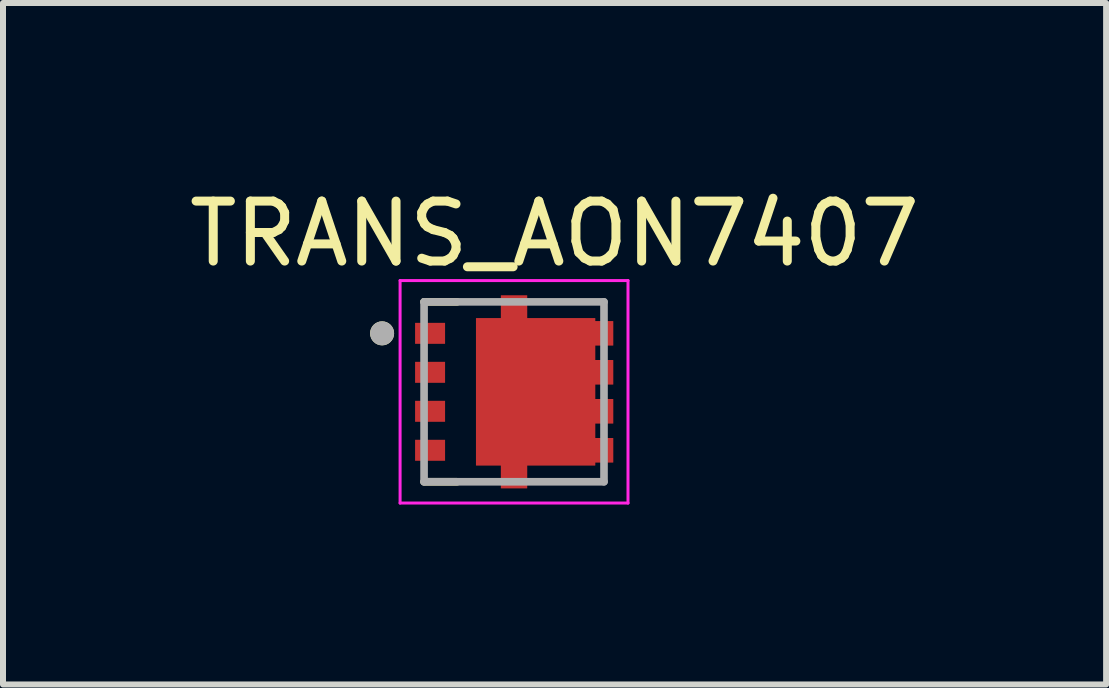
<source format=kicad_pcb>
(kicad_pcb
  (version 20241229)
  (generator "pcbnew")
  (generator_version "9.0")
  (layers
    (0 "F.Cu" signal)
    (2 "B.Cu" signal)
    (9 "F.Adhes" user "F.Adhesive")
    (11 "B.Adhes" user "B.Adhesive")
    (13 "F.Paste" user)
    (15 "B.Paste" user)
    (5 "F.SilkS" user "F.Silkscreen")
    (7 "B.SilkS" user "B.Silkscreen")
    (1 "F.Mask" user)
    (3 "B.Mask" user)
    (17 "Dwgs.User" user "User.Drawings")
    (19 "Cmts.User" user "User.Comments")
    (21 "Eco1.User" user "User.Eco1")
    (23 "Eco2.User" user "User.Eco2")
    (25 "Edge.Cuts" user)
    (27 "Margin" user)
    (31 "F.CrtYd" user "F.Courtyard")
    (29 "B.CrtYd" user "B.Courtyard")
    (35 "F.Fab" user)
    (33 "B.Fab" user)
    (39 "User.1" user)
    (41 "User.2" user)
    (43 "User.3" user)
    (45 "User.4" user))
  (footprint "TRANS_AON7407"
    (layer "F.Cu")
    (at 5.521 3.483)
    (property "Reference" "TRANS_AON7407" (at 0.675 -2.635 0) (layer "F.SilkS") (effects (font (size 1 1) (thickness 0.15))))
    (attr smd)
    (fp_poly (pts (xy -0.73 -1.325) (xy -0.315 -1.325) (xy -0.315 -1.705) (xy 0.315 -1.705) (xy 0.315 -1.325) (xy 1.45 -1.325) (xy 1.45 -1.275) (xy 1.75 -1.275) (xy 1.75 1.25) (xy 1.45 1.25) (xy 1.45 1.325) (xy 0.315 1.325) (xy 0.315 1.705) (xy -0.315 1.705) (xy -0.315 1.325) (xy -0.73 1.325)) (stroke (width 0.01) (type solid)) (fill yes) (layer "F.Mask"))
    (fp_line (start -0.95 -1.5) (end -1.5 -1.5) (stroke (width 0.127) (type solid)) (layer "F.SilkS"))
    (fp_line (start -0.95 1.5) (end -1.5 1.5) (stroke (width 0.127) (type solid)) (layer "F.SilkS"))
    (fp_circle (center -2.2 -0.975) (end -2.1 -0.975) (stroke (width 0.2) (type solid)) (fill no) (layer "F.SilkS"))
    (fp_poly (pts (xy -0.265 -0.775) (xy 0.985 -0.775) (xy 0.985 0.775) (xy -0.265 0.775)) (stroke (width 0.01) (type solid)) (fill yes) (layer "F.Paste"))
    (fp_poly (pts (xy -0.215 -1.605) (xy 0.215 -1.605) (xy 0.215 -1.225) (xy -0.215 -1.225)) (stroke (width 0.01) (type solid)) (fill yes) (layer "F.Paste"))
    (fp_poly (pts (xy -0.215 1.225) (xy 0.215 1.225) (xy 0.215 1.605) (xy -0.215 1.605)) (stroke (width 0.01) (type solid)) (fill yes) (layer "F.Paste"))
    (fp_poly (pts (xy 1.35 -1.175) (xy 1.65 -1.175) (xy 1.65 -0.775) (xy 1.35 -0.775)) (stroke (width 0.01) (type solid)) (fill yes) (layer "F.Paste"))
    (fp_poly (pts (xy 1.35 -0.525) (xy 1.65 -0.525) (xy 1.65 -0.125) (xy 1.35 -0.125)) (stroke (width 0.01) (type solid)) (fill yes) (layer "F.Paste"))
    (fp_poly (pts (xy 1.35 0.125) (xy 1.65 0.125) (xy 1.65 0.525) (xy 1.35 0.525)) (stroke (width 0.01) (type solid)) (fill yes) (layer "F.Paste"))
    (fp_poly (pts (xy 1.35 0.775) (xy 1.65 0.775) (xy 1.65 1.175) (xy 1.35 1.175)) (stroke (width 0.01) (type solid)) (fill yes) (layer "F.Paste"))
    (fp_line (start -1.9 -1.855) (end 1.9 -1.855) (stroke (width 0.05) (type solid)) (layer "F.CrtYd"))
    (fp_line (start -1.9 1.855) (end -1.9 -1.855) (stroke (width 0.05) (type solid)) (layer "F.CrtYd"))
    (fp_line (start 1.9 -1.855) (end 1.9 1.855) (stroke (width 0.05) (type solid)) (layer "F.CrtYd"))
    (fp_line (start 1.9 1.855) (end -1.9 1.855) (stroke (width 0.05) (type solid)) (layer "F.CrtYd"))
    (fp_line (start -1.5 -1.5) (end 1.5 -1.5) (stroke (width 0.127) (type solid)) (layer "F.Fab"))
    (fp_line (start -1.5 1.5) (end -1.5 -1.5) (stroke (width 0.127) (type solid)) (layer "F.Fab"))
    (fp_line (start 1.5 -1.5) (end 1.5 1.5) (stroke (width 0.127) (type solid)) (layer "F.Fab"))
    (fp_line (start 1.5 1.5) (end -1.5 1.5) (stroke (width 0.127) (type solid)) (layer "F.Fab"))
    (fp_circle (center -2.2 -0.975) (end -2.1 -0.975) (stroke (width 0.2) (type solid)) (fill no) (layer "F.Fab"))
    (pad "1" smd rect (at -1.4 -0.975) (size 0.5 0.35) (layers "F.Cu" "F.Mask" "F.Paste"))
    (pad "2" smd rect (at -1.4 -0.325) (size 0.5 0.35) (layers "F.Cu" "F.Mask" "F.Paste"))
    (pad "3" smd rect (at -1.4 0.325) (size 0.5 0.35) (layers "F.Cu" "F.Mask" "F.Paste"))
    (pad "4" smd rect (at -1.4 0.975) (size 0.5 0.35) (layers "F.Cu" "F.Mask" "F.Paste"))
    (pad "5-8" smd custom (at 0.36 0) (size 1 1) (layers "F.Cu") (options (anchor rect)) (primitives (gr_poly (pts (xy -0.99 -1.225) (xy -0.575 -1.225) (xy -0.575 -1.605) (xy -0.145 -1.605) (xy -0.145 -1.225) (xy 0.99 -1.225) (xy 0.99 -1.175) (xy 1.29 -1.175) (xy 1.29 -0.775) (xy 0.99 -0.775) (xy 0.99 -0.525) (xy 1.29 -0.525) (xy 1.29 -0.125) (xy 0.99 -0.125) (xy 0.99 0.125) (xy 1.29 0.125) (xy 1.29 0.525) (xy 0.99 0.525) (xy 0.99 0.775) (xy 1.29 0.775) (xy 1.29 1.175) (xy 0.99 1.175) (xy 0.99 1.225) (xy -0.145 1.225) (xy -0.145 1.605) (xy -0.575 1.605) (xy -0.575 1.225) (xy -0.99 1.225)) (width 0.01) (fill yes)))))
  (gr_rect
    (start -3 -3)
    (end 15.393 8.363)
    (stroke (width 0.1) (type default))
    (fill no)
    (layer "Edge.Cuts")))
</source>
